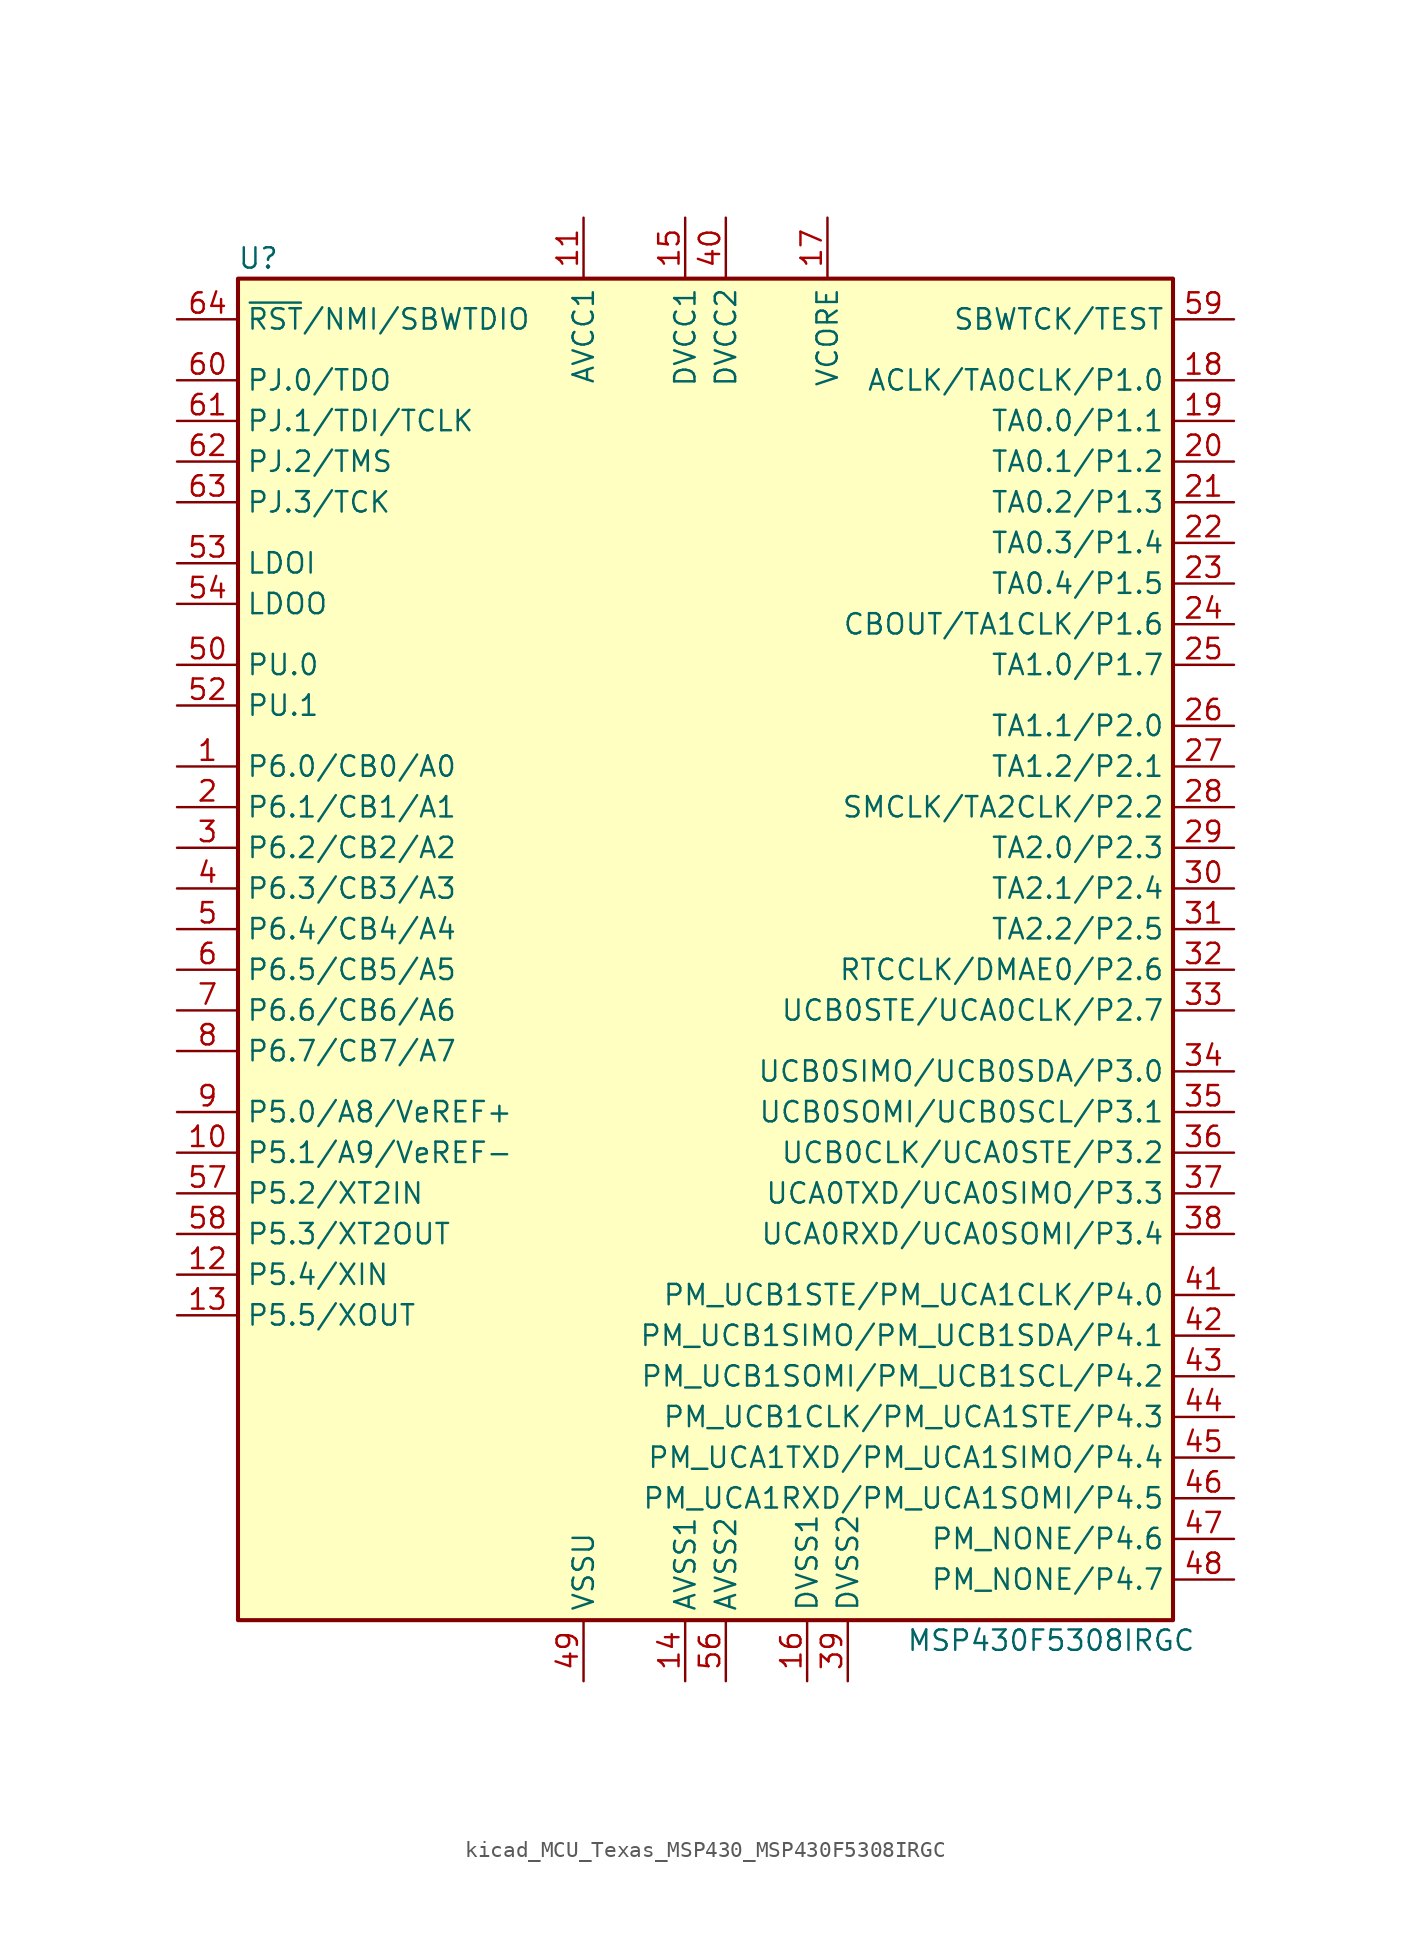
<source format=kicad_sym>
(kicad_symbol_lib
  (version 20220914)
  (generator kicad_symbol_editor)
  (symbol "kicad_MCU_Texas_MSP430_MSP430F5308IRGC"
    (property "Reference" "U"
      (at -27.94 43.18 0)
      (effects (font (size 1.27 1.27))))
    (property "Value" "MSP430F5308IRGC"
      (at 21.59 -43.18 0)
      (effects (font (size 1.27 1.27))))
    (symbol "kicad_MCU_Texas_MSP430_MSP430F5308IRGC_0_1"
      (rectangle (start -29.21 41.91) (end 29.21 -41.91) (stroke (width 0.254) (type default)) (fill (type background))))
    (symbol "kicad_MCU_Texas_MSP430_MSP430F5308IRGC_1_1"
      (pin bidirectional line (at -33.02 11.43 0) (length 3.81) (name "P6.0/CB0/A0" (effects (font (size 1.27 1.27)))) (number "1" (effects (font (size 1.27 1.27)))))
      (pin bidirectional line (at -33.02 -12.7 0) (length 3.81) (name "P5.1/A9/VeREF-" (effects (font (size 1.27 1.27)))) (number "10" (effects (font (size 1.27 1.27)))))
      (pin power_in line (at -7.62 45.72 270) (length 3.81) (name "AVCC1" (effects (font (size 1.27 1.27)))) (number "11" (effects (font (size 1.27 1.27)))))
      (pin bidirectional line (at -33.02 -20.32 0) (length 3.81) (name "P5.4/XIN" (effects (font (size 1.27 1.27)))) (number "12" (effects (font (size 1.27 1.27)))))
      (pin bidirectional line (at -33.02 -22.86 0) (length 3.81) (name "P5.5/XOUT" (effects (font (size 1.27 1.27)))) (number "13" (effects (font (size 1.27 1.27)))))
      (pin power_in line (at -1.27 -45.72 90) (length 3.81) (name "AVSS1" (effects (font (size 1.27 1.27)))) (number "14" (effects (font (size 1.27 1.27)))))
      (pin power_in line (at -1.27 45.72 270) (length 3.81) (name "DVCC1" (effects (font (size 1.27 1.27)))) (number "15" (effects (font (size 1.27 1.27)))))
      (pin power_in line (at 6.35 -45.72 90) (length 3.81) (name "DVSS1" (effects (font (size 1.27 1.27)))) (number "16" (effects (font (size 1.27 1.27)))))
      (pin bidirectional line (at 7.62 45.72 270) (length 3.81) (name "VCORE" (effects (font (size 1.27 1.27)))) (number "17" (effects (font (size 1.27 1.27)))))
      (pin bidirectional line (at 33.02 35.56 180) (length 3.81) (name "ACLK/TA0CLK/P1.0" (effects (font (size 1.27 1.27)))) (number "18" (effects (font (size 1.27 1.27)))))
      (pin bidirectional line (at 33.02 33.02 180) (length 3.81) (name "TA0.0/P1.1" (effects (font (size 1.27 1.27)))) (number "19" (effects (font (size 1.27 1.27)))))
      (pin bidirectional line (at -33.02 8.89 0) (length 3.81) (name "P6.1/CB1/A1" (effects (font (size 1.27 1.27)))) (number "2" (effects (font (size 1.27 1.27)))))
      (pin bidirectional line (at 33.02 30.48 180) (length 3.81) (name "TA0.1/P1.2" (effects (font (size 1.27 1.27)))) (number "20" (effects (font (size 1.27 1.27)))))
      (pin bidirectional line (at 33.02 27.94 180) (length 3.81) (name "TA0.2/P1.3" (effects (font (size 1.27 1.27)))) (number "21" (effects (font (size 1.27 1.27)))))
      (pin bidirectional line (at 33.02 25.4 180) (length 3.81) (name "TA0.3/P1.4" (effects (font (size 1.27 1.27)))) (number "22" (effects (font (size 1.27 1.27)))))
      (pin bidirectional line (at 33.02 22.86 180) (length 3.81) (name "TA0.4/P1.5" (effects (font (size 1.27 1.27)))) (number "23" (effects (font (size 1.27 1.27)))))
      (pin bidirectional line (at 33.02 20.32 180) (length 3.81) (name "CBOUT/TA1CLK/P1.6" (effects (font (size 1.27 1.27)))) (number "24" (effects (font (size 1.27 1.27)))))
      (pin bidirectional line (at 33.02 17.78 180) (length 3.81) (name "TA1.0/P1.7" (effects (font (size 1.27 1.27)))) (number "25" (effects (font (size 1.27 1.27)))))
      (pin bidirectional line (at 33.02 13.97 180) (length 3.81) (name "TA1.1/P2.0" (effects (font (size 1.27 1.27)))) (number "26" (effects (font (size 1.27 1.27)))))
      (pin bidirectional line (at 33.02 11.43 180) (length 3.81) (name "TA1.2/P2.1" (effects (font (size 1.27 1.27)))) (number "27" (effects (font (size 1.27 1.27)))))
      (pin bidirectional line (at 33.02 8.89 180) (length 3.81) (name "SMCLK/TA2CLK/P2.2" (effects (font (size 1.27 1.27)))) (number "28" (effects (font (size 1.27 1.27)))))
      (pin bidirectional line (at 33.02 6.35 180) (length 3.81) (name "TA2.0/P2.3" (effects (font (size 1.27 1.27)))) (number "29" (effects (font (size 1.27 1.27)))))
      (pin bidirectional line (at -33.02 6.35 0) (length 3.81) (name "P6.2/CB2/A2" (effects (font (size 1.27 1.27)))) (number "3" (effects (font (size 1.27 1.27)))))
      (pin bidirectional line (at 33.02 3.81 180) (length 3.81) (name "TA2.1/P2.4" (effects (font (size 1.27 1.27)))) (number "30" (effects (font (size 1.27 1.27)))))
      (pin bidirectional line (at 33.02 1.27 180) (length 3.81) (name "TA2.2/P2.5" (effects (font (size 1.27 1.27)))) (number "31" (effects (font (size 1.27 1.27)))))
      (pin bidirectional line (at 33.02 -1.27 180) (length 3.81) (name "RTCCLK/DMAE0/P2.6" (effects (font (size 1.27 1.27)))) (number "32" (effects (font (size 1.27 1.27)))))
      (pin bidirectional line (at 33.02 -3.81 180) (length 3.81) (name "UCB0STE/UCA0CLK/P2.7" (effects (font (size 1.27 1.27)))) (number "33" (effects (font (size 1.27 1.27)))))
      (pin bidirectional line (at 33.02 -7.62 180) (length 3.81) (name "UCB0SIMO/UCB0SDA/P3.0" (effects (font (size 1.27 1.27)))) (number "34" (effects (font (size 1.27 1.27)))))
      (pin bidirectional line (at 33.02 -10.16 180) (length 3.81) (name "UCB0SOMI/UCB0SCL/P3.1" (effects (font (size 1.27 1.27)))) (number "35" (effects (font (size 1.27 1.27)))))
      (pin bidirectional line (at 33.02 -12.7 180) (length 3.81) (name "UCB0CLK/UCA0STE/P3.2" (effects (font (size 1.27 1.27)))) (number "36" (effects (font (size 1.27 1.27)))))
      (pin bidirectional line (at 33.02 -15.24 180) (length 3.81) (name "UCA0TXD/UCA0SIMO/P3.3" (effects (font (size 1.27 1.27)))) (number "37" (effects (font (size 1.27 1.27)))))
      (pin bidirectional line (at 33.02 -17.78 180) (length 3.81) (name "UCA0RXD/UCA0SOMI/P3.4" (effects (font (size 1.27 1.27)))) (number "38" (effects (font (size 1.27 1.27)))))
      (pin power_in line (at 8.89 -45.72 90) (length 3.81) (name "DVSS2" (effects (font (size 1.27 1.27)))) (number "39" (effects (font (size 1.27 1.27)))))
      (pin bidirectional line (at -33.02 3.81 0) (length 3.81) (name "P6.3/CB3/A3" (effects (font (size 1.27 1.27)))) (number "4" (effects (font (size 1.27 1.27)))))
      (pin power_in line (at 1.27 45.72 270) (length 3.81) (name "DVCC2" (effects (font (size 1.27 1.27)))) (number "40" (effects (font (size 1.27 1.27)))))
      (pin bidirectional line (at 33.02 -21.59 180) (length 3.81) (name "PM_UCB1STE/PM_UCA1CLK/P4.0" (effects (font (size 1.27 1.27)))) (number "41" (effects (font (size 1.27 1.27)))))
      (pin bidirectional line (at 33.02 -24.13 180) (length 3.81) (name "PM_UCB1SIMO/PM_UCB1SDA/P4.1" (effects (font (size 1.27 1.27)))) (number "42" (effects (font (size 1.27 1.27)))))
      (pin bidirectional line (at 33.02 -26.67 180) (length 3.81) (name "PM_UCB1SOMI/PM_UCB1SCL/P4.2" (effects (font (size 1.27 1.27)))) (number "43" (effects (font (size 1.27 1.27)))))
      (pin bidirectional line (at 33.02 -29.21 180) (length 3.81) (name "PM_UCB1CLK/PM_UCA1STE/P4.3" (effects (font (size 1.27 1.27)))) (number "44" (effects (font (size 1.27 1.27)))))
      (pin bidirectional line (at 33.02 -31.75 180) (length 3.81) (name "PM_UCA1TXD/PM_UCA1SIMO/P4.4" (effects (font (size 1.27 1.27)))) (number "45" (effects (font (size 1.27 1.27)))))
      (pin bidirectional line (at 33.02 -34.29 180) (length 3.81) (name "PM_UCA1RXD/PM_UCA1SOMI/P4.5" (effects (font (size 1.27 1.27)))) (number "46" (effects (font (size 1.27 1.27)))))
      (pin bidirectional line (at 33.02 -36.83 180) (length 3.81) (name "PM_NONE/P4.6" (effects (font (size 1.27 1.27)))) (number "47" (effects (font (size 1.27 1.27)))))
      (pin bidirectional line (at 33.02 -39.37 180) (length 3.81) (name "PM_NONE/P4.7" (effects (font (size 1.27 1.27)))) (number "48" (effects (font (size 1.27 1.27)))))
      (pin power_in line (at -7.62 -45.72 90) (length 3.81) (name "VSSU" (effects (font (size 1.27 1.27)))) (number "49" (effects (font (size 1.27 1.27)))))
      (pin bidirectional line (at -33.02 1.27 0) (length 3.81) (name "P6.4/CB4/A4" (effects (font (size 1.27 1.27)))) (number "5" (effects (font (size 1.27 1.27)))))
      (pin bidirectional line (at -33.02 17.78 0) (length 3.81) (name "PU.0" (effects (font (size 1.27 1.27)))) (number "50" (effects (font (size 1.27 1.27)))))
      (pin bidirectional line (at -33.02 15.24 0) (length 3.81) (name "PU.1" (effects (font (size 1.27 1.27)))) (number "52" (effects (font (size 1.27 1.27)))))
      (pin power_in line (at -33.02 24.13 0) (length 3.81) (name "LDOI" (effects (font (size 1.27 1.27)))) (number "53" (effects (font (size 1.27 1.27)))))
      (pin power_out line (at -33.02 21.59 0) (length 3.81) (name "LDOO" (effects (font (size 1.27 1.27)))) (number "54" (effects (font (size 1.27 1.27)))))
      (pin power_in line (at 1.27 -45.72 90) (length 3.81) (name "AVSS2" (effects (font (size 1.27 1.27)))) (number "56" (effects (font (size 1.27 1.27)))))
      (pin bidirectional line (at -33.02 -15.24 0) (length 3.81) (name "P5.2/XT2IN" (effects (font (size 1.27 1.27)))) (number "57" (effects (font (size 1.27 1.27)))))
      (pin bidirectional line (at -33.02 -17.78 0) (length 3.81) (name "P5.3/XT2OUT" (effects (font (size 1.27 1.27)))) (number "58" (effects (font (size 1.27 1.27)))))
      (pin input line (at 33.02 39.37 180) (length 3.81) (name "SBWTCK/TEST" (effects (font (size 1.27 1.27)))) (number "59" (effects (font (size 1.27 1.27)))))
      (pin bidirectional line (at -33.02 -1.27 0) (length 3.81) (name "P6.5/CB5/A5" (effects (font (size 1.27 1.27)))) (number "6" (effects (font (size 1.27 1.27)))))
      (pin bidirectional line (at -33.02 35.56 0) (length 3.81) (name "PJ.0/TDO" (effects (font (size 1.27 1.27)))) (number "60" (effects (font (size 1.27 1.27)))))
      (pin bidirectional line (at -33.02 33.02 0) (length 3.81) (name "PJ.1/TDI/TCLK" (effects (font (size 1.27 1.27)))) (number "61" (effects (font (size 1.27 1.27)))))
      (pin bidirectional line (at -33.02 30.48 0) (length 3.81) (name "PJ.2/TMS" (effects (font (size 1.27 1.27)))) (number "62" (effects (font (size 1.27 1.27)))))
      (pin bidirectional line (at -33.02 27.94 0) (length 3.81) (name "PJ.3/TCK" (effects (font (size 1.27 1.27)))) (number "63" (effects (font (size 1.27 1.27)))))
      (pin input line (at -33.02 39.37 0) (length 3.81) (name "~{RST}/NMI/SBWTDIO" (effects (font (size 1.27 1.27)))) (number "64" (effects (font (size 1.27 1.27)))))
      (pin bidirectional line (at -33.02 -3.81 0) (length 3.81) (name "P6.6/CB6/A6" (effects (font (size 1.27 1.27)))) (number "7" (effects (font (size 1.27 1.27)))))
      (pin bidirectional line (at -33.02 -6.35 0) (length 3.81) (name "P6.7/CB7/A7" (effects (font (size 1.27 1.27)))) (number "8" (effects (font (size 1.27 1.27)))))
      (pin bidirectional line (at -33.02 -10.16 0) (length 3.81) (name "P5.0/A8/VeREF+" (effects (font (size 1.27 1.27)))) (number "9" (effects (font (size 1.27 1.27))))))))
</source>
